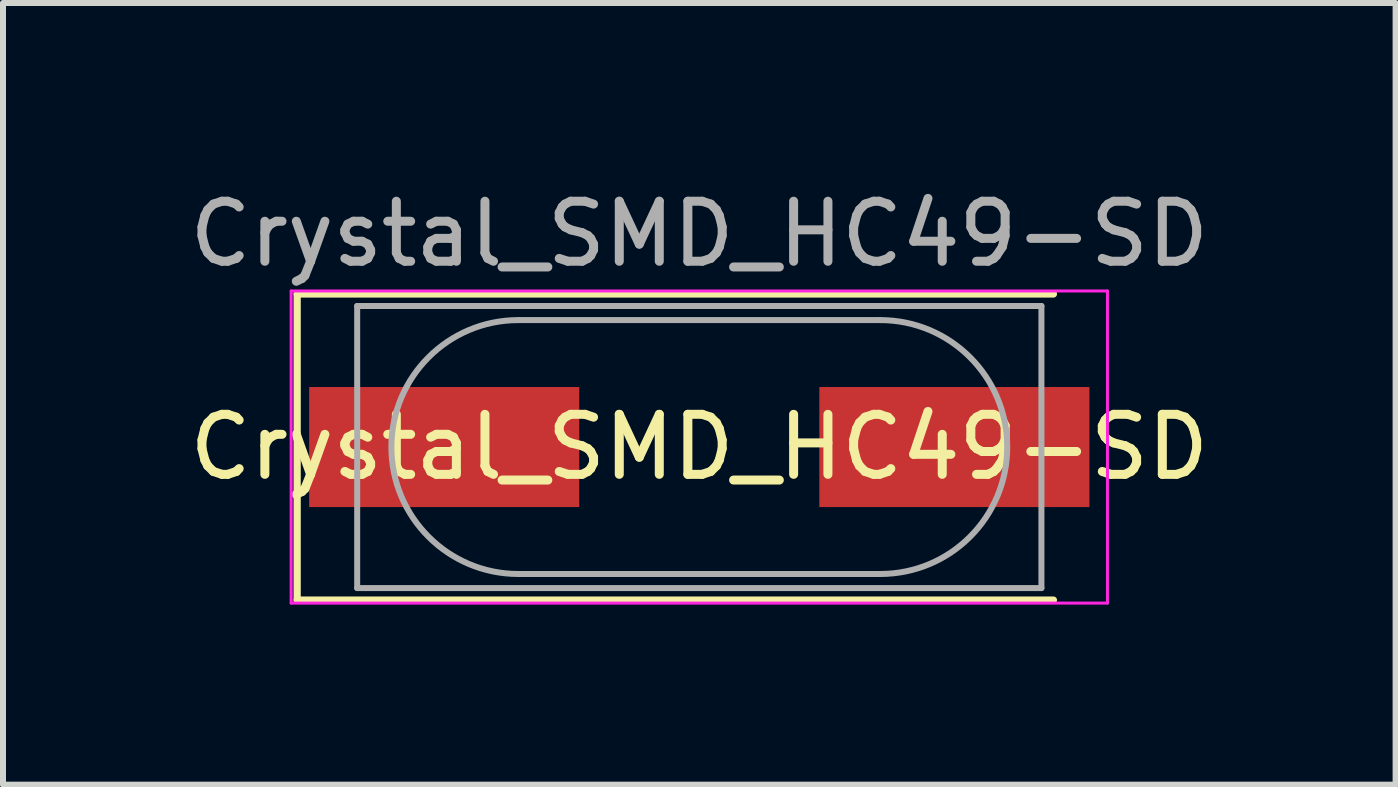
<source format=kicad_pcb>
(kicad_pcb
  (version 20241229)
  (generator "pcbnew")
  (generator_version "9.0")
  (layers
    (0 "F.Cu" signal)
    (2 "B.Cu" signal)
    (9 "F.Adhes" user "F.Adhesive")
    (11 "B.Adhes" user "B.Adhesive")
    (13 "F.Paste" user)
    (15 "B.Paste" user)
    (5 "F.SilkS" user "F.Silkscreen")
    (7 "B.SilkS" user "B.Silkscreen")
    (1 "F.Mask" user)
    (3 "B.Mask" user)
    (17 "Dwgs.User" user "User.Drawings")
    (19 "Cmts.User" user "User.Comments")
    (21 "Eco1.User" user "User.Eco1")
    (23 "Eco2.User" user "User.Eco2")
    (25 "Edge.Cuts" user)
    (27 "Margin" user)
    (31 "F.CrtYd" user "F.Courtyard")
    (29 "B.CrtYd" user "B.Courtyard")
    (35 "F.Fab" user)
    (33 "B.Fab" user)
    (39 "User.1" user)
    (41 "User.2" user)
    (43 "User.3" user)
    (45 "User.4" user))
  (footprint "Crystal_SMD_HC49-SD"
    (layer "F.Cu")
    (at 8.601 4.398)
    (property "Reference" "Crystal_SMD_HC49-SD" (at 0 -3.55 0) (layer "F.Fab") (effects (font (size 1 1) (thickness 0.15))))
    (attr smd)
    (fp_line (start -6.7 -2.55) (end -6.7 2.55) (stroke (width 0.12) (type solid)) (layer "F.SilkS"))
    (fp_line (start -6.7 2.55) (end 5.9 2.55) (stroke (width 0.12) (type solid)) (layer "F.SilkS"))
    (fp_line (start 5.9 -2.55) (end -6.7 -2.55) (stroke (width 0.12) (type solid)) (layer "F.SilkS"))
    (fp_line (start -6.8 -2.6) (end -6.8 2.6) (stroke (width 0.05) (type solid)) (layer "F.CrtYd"))
    (fp_line (start -6.8 2.6) (end 6.8 2.6) (stroke (width 0.05) (type solid)) (layer "F.CrtYd"))
    (fp_line (start 6.8 -2.6) (end -6.8 -2.6) (stroke (width 0.05) (type solid)) (layer "F.CrtYd"))
    (fp_line (start 6.8 2.6) (end 6.8 -2.6) (stroke (width 0.05) (type solid)) (layer "F.CrtYd"))
    (fp_line (start -5.7 -2.35) (end -5.7 2.35) (stroke (width 0.1) (type solid)) (layer "F.Fab"))
    (fp_line (start -5.7 2.35) (end 5.7 2.35) (stroke (width 0.1) (type solid)) (layer "F.Fab"))
    (fp_line (start -3.015 -2.115) (end 3.015 -2.115) (stroke (width 0.1) (type solid)) (layer "F.Fab"))
    (fp_line (start -3.015 2.115) (end 3.015 2.115) (stroke (width 0.1) (type solid)) (layer "F.Fab"))
    (fp_line (start 5.7 -2.35) (end -5.7 -2.35) (stroke (width 0.1) (type solid)) (layer "F.Fab"))
    (fp_line (start 5.7 2.35) (end 5.7 -2.35) (stroke (width 0.1) (type solid)) (layer "F.Fab"))
    (fp_arc (start -3.015 2.115) (mid -5.13 0) (end -3.015 -2.115) (stroke (width 0.1) (type solid)) (layer "F.Fab"))
    (fp_arc (start 3.015 -2.115) (mid 5.13 0) (end 3.015 2.115) (stroke (width 0.1) (type solid)) (layer "F.Fab"))
    (fp_text user "${REFERENCE}" (at 0 0 0) (layer "F.SilkS") (effects (font (size 1 1) (thickness 0.15))))
    (pad "1" smd rect (at -4.25 0) (size 4.5 2) (layers "F.Cu" "F.Mask" "F.Paste"))
    (pad "2" smd rect (at 4.25 0) (size 4.5 2) (layers "F.Cu" "F.Mask" "F.Paste")))
  (gr_rect
    (start -3 -3)
    (end 20.202 10.023)
    (stroke (width 0.1) (type default))
    (fill no)
    (layer "Edge.Cuts")))
</source>
